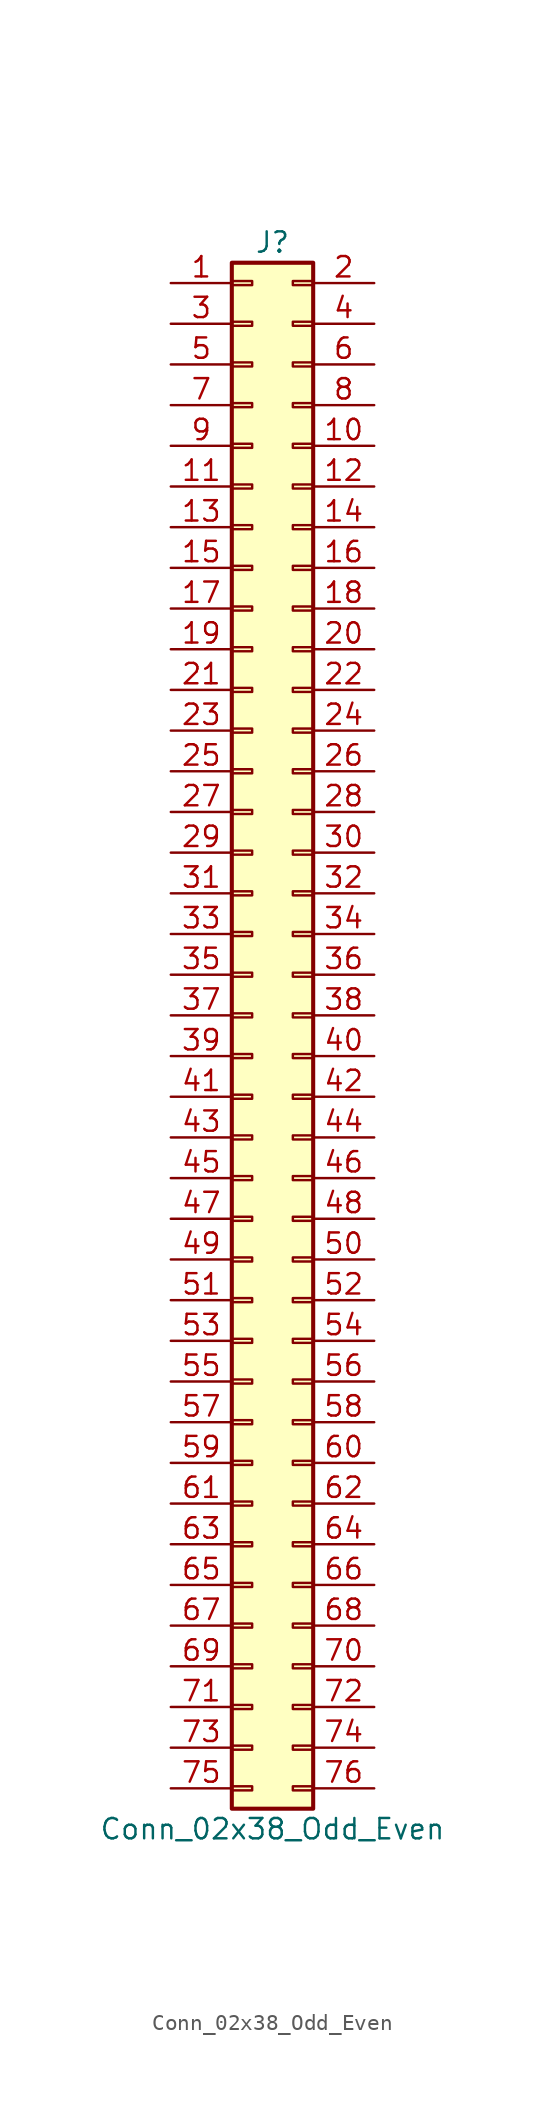
<source format=kicad_sym>
(kicad_symbol_lib
  (version 20201005)
  (generator kicad_symbol_editor)
  (symbol "Connector_Generic:Conn_02x38_Odd_Even"
    (pin_names
      (offset 1.016) hide)
    (property "Reference" "J"
      (at 1.27 48.26 0)
      (effects (font (size 1.27 1.27))))
    (property "Value" "Conn_02x38_Odd_Even"
      (at 1.27 -50.8 0)
      (effects (font (size 1.27 1.27))))
    (symbol "Conn_02x38_Odd_Even_1_1"
      (rectangle (start -1.27 -27.813) (end 0 -28.067) (stroke (width 0.152)) (fill (type none)))
      (rectangle (start -1.27 -30.353) (end 0 -30.607) (stroke (width 0.152)) (fill (type none)))
      (rectangle (start -1.27 -32.893) (end 0 -33.147) (stroke (width 0.152)) (fill (type none)))
      (rectangle (start -1.27 -35.433) (end 0 -35.687) (stroke (width 0.152)) (fill (type none)))
      (rectangle (start -1.27 -37.973) (end 0 -38.227) (stroke (width 0.152)) (fill (type none)))
      (rectangle (start -1.27 -40.513) (end 0 -40.767) (stroke (width 0.152)) (fill (type none)))
      (rectangle (start -1.27 -43.053) (end 0 -43.307) (stroke (width 0.152)) (fill (type none)))
      (rectangle (start -1.27 -45.593) (end 0 -45.847) (stroke (width 0.152)) (fill (type none)))
      (rectangle (start -1.27 -48.133) (end 0 -48.387) (stroke (width 0.152)) (fill (type none)))
      (rectangle (start -1.27 -4.953) (end 0 -5.207) (stroke (width 0.152)) (fill (type none)))
      (rectangle (start -1.27 -7.493) (end 0 -7.747) (stroke (width 0.152)) (fill (type none)))
      (rectangle (start -1.27 -10.033) (end 0 -10.287) (stroke (width 0.152)) (fill (type none)))
      (rectangle (start -1.27 -12.573) (end 0 -12.827) (stroke (width 0.152)) (fill (type none)))
      (rectangle (start -1.27 -15.113) (end 0 -15.367) (stroke (width 0.152)) (fill (type none)))
      (rectangle (start -1.27 -17.653) (end 0 -17.907) (stroke (width 0.152)) (fill (type none)))
      (rectangle (start -1.27 -20.193) (end 0 -20.447) (stroke (width 0.152)) (fill (type none)))
      (rectangle (start -1.27 -22.733) (end 0 -22.987) (stroke (width 0.152)) (fill (type none)))
      (rectangle (start -1.27 -2.413) (end 0 -2.667) (stroke (width 0.152)) (fill (type none)))
      (rectangle (start -1.27 -25.273) (end 0 -25.527) (stroke (width 0.152)) (fill (type none)))
      (rectangle (start -1.27 25.527) (end 0 25.273) (stroke (width 0.152)) (fill (type none)))
      (rectangle (start -1.27 2.667) (end 0 2.413) (stroke (width 0.152)) (fill (type none)))
      (rectangle (start -1.27 28.067) (end 0 27.813) (stroke (width 0.152)) (fill (type none)))
      (rectangle (start -1.27 30.607) (end 0 30.353) (stroke (width 0.152)) (fill (type none)))
      (rectangle (start -1.27 33.147) (end 0 32.893) (stroke (width 0.152)) (fill (type none)))
      (rectangle (start -1.27 35.687) (end 0 35.433) (stroke (width 0.152)) (fill (type none)))
      (rectangle (start -1.27 38.227) (end 0 37.973) (stroke (width 0.152)) (fill (type none)))
      (rectangle (start -1.27 40.767) (end 0 40.513) (stroke (width 0.152)) (fill (type none)))
      (rectangle (start -1.27 43.307) (end 0 43.053) (stroke (width 0.152)) (fill (type none)))
      (rectangle (start -1.27 45.847) (end 0 45.593) (stroke (width 0.152)) (fill (type none)))
      (rectangle (start -1.27 46.99) (end 3.81 -49.53) (stroke (width 0.254)) (fill (type background)))
      (rectangle (start -1.27 5.207) (end 0 4.953) (stroke (width 0.152)) (fill (type none)))
      (rectangle (start -1.27 7.747) (end 0 7.493) (stroke (width 0.152)) (fill (type none)))
      (rectangle (start -1.27 10.287) (end 0 10.033) (stroke (width 0.152)) (fill (type none)))
      (rectangle (start -1.27 0.127) (end 0 -0.127) (stroke (width 0.152)) (fill (type none)))
      (rectangle (start -1.27 12.827) (end 0 12.573) (stroke (width 0.152)) (fill (type none)))
      (rectangle (start -1.27 15.367) (end 0 15.113) (stroke (width 0.152)) (fill (type none)))
      (rectangle (start -1.27 17.907) (end 0 17.653) (stroke (width 0.152)) (fill (type none)))
      (rectangle (start -1.27 20.447) (end 0 20.193) (stroke (width 0.152)) (fill (type none)))
      (rectangle (start -1.27 22.987) (end 0 22.733) (stroke (width 0.152)) (fill (type none)))
      (rectangle (start 3.81 -27.813) (end 2.54 -28.067) (stroke (width 0.152)) (fill (type none)))
      (rectangle (start 3.81 -30.353) (end 2.54 -30.607) (stroke (width 0.152)) (fill (type none)))
      (rectangle (start 3.81 -32.893) (end 2.54 -33.147) (stroke (width 0.152)) (fill (type none)))
      (rectangle (start 3.81 -35.433) (end 2.54 -35.687) (stroke (width 0.152)) (fill (type none)))
      (rectangle (start 3.81 -37.973) (end 2.54 -38.227) (stroke (width 0.152)) (fill (type none)))
      (rectangle (start 3.81 -40.513) (end 2.54 -40.767) (stroke (width 0.152)) (fill (type none)))
      (rectangle (start 3.81 -43.053) (end 2.54 -43.307) (stroke (width 0.152)) (fill (type none)))
      (rectangle (start 3.81 -45.593) (end 2.54 -45.847) (stroke (width 0.152)) (fill (type none)))
      (rectangle (start 3.81 -48.133) (end 2.54 -48.387) (stroke (width 0.152)) (fill (type none)))
      (rectangle (start 3.81 -4.953) (end 2.54 -5.207) (stroke (width 0.152)) (fill (type none)))
      (rectangle (start 3.81 -7.493) (end 2.54 -7.747) (stroke (width 0.152)) (fill (type none)))
      (rectangle (start 3.81 -10.033) (end 2.54 -10.287) (stroke (width 0.152)) (fill (type none)))
      (rectangle (start 3.81 -12.573) (end 2.54 -12.827) (stroke (width 0.152)) (fill (type none)))
      (rectangle (start 3.81 -15.113) (end 2.54 -15.367) (stroke (width 0.152)) (fill (type none)))
      (rectangle (start 3.81 -17.653) (end 2.54 -17.907) (stroke (width 0.152)) (fill (type none)))
      (rectangle (start 3.81 -20.193) (end 2.54 -20.447) (stroke (width 0.152)) (fill (type none)))
      (rectangle (start 3.81 -22.733) (end 2.54 -22.987) (stroke (width 0.152)) (fill (type none)))
      (rectangle (start 3.81 -2.413) (end 2.54 -2.667) (stroke (width 0.152)) (fill (type none)))
      (rectangle (start 3.81 -25.273) (end 2.54 -25.527) (stroke (width 0.152)) (fill (type none)))
      (rectangle (start 3.81 25.527) (end 2.54 25.273) (stroke (width 0.152)) (fill (type none)))
      (rectangle (start 3.81 2.667) (end 2.54 2.413) (stroke (width 0.152)) (fill (type none)))
      (rectangle (start 3.81 28.067) (end 2.54 27.813) (stroke (width 0.152)) (fill (type none)))
      (rectangle (start 3.81 30.607) (end 2.54 30.353) (stroke (width 0.152)) (fill (type none)))
      (rectangle (start 3.81 33.147) (end 2.54 32.893) (stroke (width 0.152)) (fill (type none)))
      (rectangle (start 3.81 35.687) (end 2.54 35.433) (stroke (width 0.152)) (fill (type none)))
      (rectangle (start 3.81 38.227) (end 2.54 37.973) (stroke (width 0.152)) (fill (type none)))
      (rectangle (start 3.81 40.767) (end 2.54 40.513) (stroke (width 0.152)) (fill (type none)))
      (rectangle (start 3.81 43.307) (end 2.54 43.053) (stroke (width 0.152)) (fill (type none)))
      (rectangle (start 3.81 45.847) (end 2.54 45.593) (stroke (width 0.152)) (fill (type none)))
      (rectangle (start 3.81 5.207) (end 2.54 4.953) (stroke (width 0.152)) (fill (type none)))
      (rectangle (start 3.81 7.747) (end 2.54 7.493) (stroke (width 0.152)) (fill (type none)))
      (rectangle (start 3.81 10.287) (end 2.54 10.033) (stroke (width 0.152)) (fill (type none)))
      (rectangle (start 3.81 0.127) (end 2.54 -0.127) (stroke (width 0.152)) (fill (type none)))
      (rectangle (start 3.81 12.827) (end 2.54 12.573) (stroke (width 0.152)) (fill (type none)))
      (rectangle (start 3.81 15.367) (end 2.54 15.113) (stroke (width 0.152)) (fill (type none)))
      (rectangle (start 3.81 17.907) (end 2.54 17.653) (stroke (width 0.152)) (fill (type none)))
      (rectangle (start 3.81 20.447) (end 2.54 20.193) (stroke (width 0.152)) (fill (type none)))
      (rectangle (start 3.81 22.987) (end 2.54 22.733) (stroke (width 0.152)) (fill (type none)))
      (pin passive line (at -5.08 45.72 0) (length 3.81) (name "Pin_1" (effects (font (size 1.27 1.27)))) (number "1" (effects (font (size 1.27 1.27)))))
      (pin passive line (at 7.62 35.56 180) (length 3.81) (name "Pin_10" (effects (font (size 1.27 1.27)))) (number "10" (effects (font (size 1.27 1.27)))))
      (pin passive line (at -5.08 33.02 0) (length 3.81) (name "Pin_11" (effects (font (size 1.27 1.27)))) (number "11" (effects (font (size 1.27 1.27)))))
      (pin passive line (at 7.62 33.02 180) (length 3.81) (name "Pin_12" (effects (font (size 1.27 1.27)))) (number "12" (effects (font (size 1.27 1.27)))))
      (pin passive line (at -5.08 30.48 0) (length 3.81) (name "Pin_13" (effects (font (size 1.27 1.27)))) (number "13" (effects (font (size 1.27 1.27)))))
      (pin passive line (at 7.62 30.48 180) (length 3.81) (name "Pin_14" (effects (font (size 1.27 1.27)))) (number "14" (effects (font (size 1.27 1.27)))))
      (pin passive line (at -5.08 27.94 0) (length 3.81) (name "Pin_15" (effects (font (size 1.27 1.27)))) (number "15" (effects (font (size 1.27 1.27)))))
      (pin passive line (at 7.62 27.94 180) (length 3.81) (name "Pin_16" (effects (font (size 1.27 1.27)))) (number "16" (effects (font (size 1.27 1.27)))))
      (pin passive line (at -5.08 25.4 0) (length 3.81) (name "Pin_17" (effects (font (size 1.27 1.27)))) (number "17" (effects (font (size 1.27 1.27)))))
      (pin passive line (at 7.62 25.4 180) (length 3.81) (name "Pin_18" (effects (font (size 1.27 1.27)))) (number "18" (effects (font (size 1.27 1.27)))))
      (pin passive line (at -5.08 22.86 0) (length 3.81) (name "Pin_19" (effects (font (size 1.27 1.27)))) (number "19" (effects (font (size 1.27 1.27)))))
      (pin passive line (at 7.62 45.72 180) (length 3.81) (name "Pin_2" (effects (font (size 1.27 1.27)))) (number "2" (effects (font (size 1.27 1.27)))))
      (pin passive line (at 7.62 22.86 180) (length 3.81) (name "Pin_20" (effects (font (size 1.27 1.27)))) (number "20" (effects (font (size 1.27 1.27)))))
      (pin passive line (at -5.08 20.32 0) (length 3.81) (name "Pin_21" (effects (font (size 1.27 1.27)))) (number "21" (effects (font (size 1.27 1.27)))))
      (pin passive line (at 7.62 20.32 180) (length 3.81) (name "Pin_22" (effects (font (size 1.27 1.27)))) (number "22" (effects (font (size 1.27 1.27)))))
      (pin passive line (at -5.08 17.78 0) (length 3.81) (name "Pin_23" (effects (font (size 1.27 1.27)))) (number "23" (effects (font (size 1.27 1.27)))))
      (pin passive line (at 7.62 17.78 180) (length 3.81) (name "Pin_24" (effects (font (size 1.27 1.27)))) (number "24" (effects (font (size 1.27 1.27)))))
      (pin passive line (at -5.08 15.24 0) (length 3.81) (name "Pin_25" (effects (font (size 1.27 1.27)))) (number "25" (effects (font (size 1.27 1.27)))))
      (pin passive line (at 7.62 15.24 180) (length 3.81) (name "Pin_26" (effects (font (size 1.27 1.27)))) (number "26" (effects (font (size 1.27 1.27)))))
      (pin passive line (at -5.08 12.7 0) (length 3.81) (name "Pin_27" (effects (font (size 1.27 1.27)))) (number "27" (effects (font (size 1.27 1.27)))))
      (pin passive line (at 7.62 12.7 180) (length 3.81) (name "Pin_28" (effects (font (size 1.27 1.27)))) (number "28" (effects (font (size 1.27 1.27)))))
      (pin passive line (at -5.08 10.16 0) (length 3.81) (name "Pin_29" (effects (font (size 1.27 1.27)))) (number "29" (effects (font (size 1.27 1.27)))))
      (pin passive line (at -5.08 43.18 0) (length 3.81) (name "Pin_3" (effects (font (size 1.27 1.27)))) (number "3" (effects (font (size 1.27 1.27)))))
      (pin passive line (at 7.62 10.16 180) (length 3.81) (name "Pin_30" (effects (font (size 1.27 1.27)))) (number "30" (effects (font (size 1.27 1.27)))))
      (pin passive line (at -5.08 7.62 0) (length 3.81) (name "Pin_31" (effects (font (size 1.27 1.27)))) (number "31" (effects (font (size 1.27 1.27)))))
      (pin passive line (at 7.62 7.62 180) (length 3.81) (name "Pin_32" (effects (font (size 1.27 1.27)))) (number "32" (effects (font (size 1.27 1.27)))))
      (pin passive line (at -5.08 5.08 0) (length 3.81) (name "Pin_33" (effects (font (size 1.27 1.27)))) (number "33" (effects (font (size 1.27 1.27)))))
      (pin passive line (at 7.62 5.08 180) (length 3.81) (name "Pin_34" (effects (font (size 1.27 1.27)))) (number "34" (effects (font (size 1.27 1.27)))))
      (pin passive line (at -5.08 2.54 0) (length 3.81) (name "Pin_35" (effects (font (size 1.27 1.27)))) (number "35" (effects (font (size 1.27 1.27)))))
      (pin passive line (at 7.62 2.54 180) (length 3.81) (name "Pin_36" (effects (font (size 1.27 1.27)))) (number "36" (effects (font (size 1.27 1.27)))))
      (pin passive line (at -5.08 0 0) (length 3.81) (name "Pin_37" (effects (font (size 1.27 1.27)))) (number "37" (effects (font (size 1.27 1.27)))))
      (pin passive line (at 7.62 0 180) (length 3.81) (name "Pin_38" (effects (font (size 1.27 1.27)))) (number "38" (effects (font (size 1.27 1.27)))))
      (pin passive line (at -5.08 -2.54 0) (length 3.81) (name "Pin_39" (effects (font (size 1.27 1.27)))) (number "39" (effects (font (size 1.27 1.27)))))
      (pin passive line (at 7.62 43.18 180) (length 3.81) (name "Pin_4" (effects (font (size 1.27 1.27)))) (number "4" (effects (font (size 1.27 1.27)))))
      (pin passive line (at 7.62 -2.54 180) (length 3.81) (name "Pin_40" (effects (font (size 1.27 1.27)))) (number "40" (effects (font (size 1.27 1.27)))))
      (pin passive line (at -5.08 -5.08 0) (length 3.81) (name "Pin_41" (effects (font (size 1.27 1.27)))) (number "41" (effects (font (size 1.27 1.27)))))
      (pin passive line (at 7.62 -5.08 180) (length 3.81) (name "Pin_42" (effects (font (size 1.27 1.27)))) (number "42" (effects (font (size 1.27 1.27)))))
      (pin passive line (at -5.08 -7.62 0) (length 3.81) (name "Pin_43" (effects (font (size 1.27 1.27)))) (number "43" (effects (font (size 1.27 1.27)))))
      (pin passive line (at 7.62 -7.62 180) (length 3.81) (name "Pin_44" (effects (font (size 1.27 1.27)))) (number "44" (effects (font (size 1.27 1.27)))))
      (pin passive line (at -5.08 -10.16 0) (length 3.81) (name "Pin_45" (effects (font (size 1.27 1.27)))) (number "45" (effects (font (size 1.27 1.27)))))
      (pin passive line (at 7.62 -10.16 180) (length 3.81) (name "Pin_46" (effects (font (size 1.27 1.27)))) (number "46" (effects (font (size 1.27 1.27)))))
      (pin passive line (at -5.08 -12.7 0) (length 3.81) (name "Pin_47" (effects (font (size 1.27 1.27)))) (number "47" (effects (font (size 1.27 1.27)))))
      (pin passive line (at 7.62 -12.7 180) (length 3.81) (name "Pin_48" (effects (font (size 1.27 1.27)))) (number "48" (effects (font (size 1.27 1.27)))))
      (pin passive line (at -5.08 -15.24 0) (length 3.81) (name "Pin_49" (effects (font (size 1.27 1.27)))) (number "49" (effects (font (size 1.27 1.27)))))
      (pin passive line (at -5.08 40.64 0) (length 3.81) (name "Pin_5" (effects (font (size 1.27 1.27)))) (number "5" (effects (font (size 1.27 1.27)))))
      (pin passive line (at 7.62 -15.24 180) (length 3.81) (name "Pin_50" (effects (font (size 1.27 1.27)))) (number "50" (effects (font (size 1.27 1.27)))))
      (pin passive line (at -5.08 -17.78 0) (length 3.81) (name "Pin_51" (effects (font (size 1.27 1.27)))) (number "51" (effects (font (size 1.27 1.27)))))
      (pin passive line (at 7.62 -17.78 180) (length 3.81) (name "Pin_52" (effects (font (size 1.27 1.27)))) (number "52" (effects (font (size 1.27 1.27)))))
      (pin passive line (at -5.08 -20.32 0) (length 3.81) (name "Pin_53" (effects (font (size 1.27 1.27)))) (number "53" (effects (font (size 1.27 1.27)))))
      (pin passive line (at 7.62 -20.32 180) (length 3.81) (name "Pin_54" (effects (font (size 1.27 1.27)))) (number "54" (effects (font (size 1.27 1.27)))))
      (pin passive line (at -5.08 -22.86 0) (length 3.81) (name "Pin_55" (effects (font (size 1.27 1.27)))) (number "55" (effects (font (size 1.27 1.27)))))
      (pin passive line (at 7.62 -22.86 180) (length 3.81) (name "Pin_56" (effects (font (size 1.27 1.27)))) (number "56" (effects (font (size 1.27 1.27)))))
      (pin passive line (at -5.08 -25.4 0) (length 3.81) (name "Pin_57" (effects (font (size 1.27 1.27)))) (number "57" (effects (font (size 1.27 1.27)))))
      (pin passive line (at 7.62 -25.4 180) (length 3.81) (name "Pin_58" (effects (font (size 1.27 1.27)))) (number "58" (effects (font (size 1.27 1.27)))))
      (pin passive line (at -5.08 -27.94 0) (length 3.81) (name "Pin_59" (effects (font (size 1.27 1.27)))) (number "59" (effects (font (size 1.27 1.27)))))
      (pin passive line (at 7.62 40.64 180) (length 3.81) (name "Pin_6" (effects (font (size 1.27 1.27)))) (number "6" (effects (font (size 1.27 1.27)))))
      (pin passive line (at 7.62 -27.94 180) (length 3.81) (name "Pin_60" (effects (font (size 1.27 1.27)))) (number "60" (effects (font (size 1.27 1.27)))))
      (pin passive line (at -5.08 -30.48 0) (length 3.81) (name "Pin_61" (effects (font (size 1.27 1.27)))) (number "61" (effects (font (size 1.27 1.27)))))
      (pin passive line (at 7.62 -30.48 180) (length 3.81) (name "Pin_62" (effects (font (size 1.27 1.27)))) (number "62" (effects (font (size 1.27 1.27)))))
      (pin passive line (at -5.08 -33.02 0) (length 3.81) (name "Pin_63" (effects (font (size 1.27 1.27)))) (number "63" (effects (font (size 1.27 1.27)))))
      (pin passive line (at 7.62 -33.02 180) (length 3.81) (name "Pin_64" (effects (font (size 1.27 1.27)))) (number "64" (effects (font (size 1.27 1.27)))))
      (pin passive line (at -5.08 -35.56 0) (length 3.81) (name "Pin_65" (effects (font (size 1.27 1.27)))) (number "65" (effects (font (size 1.27 1.27)))))
      (pin passive line (at 7.62 -35.56 180) (length 3.81) (name "Pin_66" (effects (font (size 1.27 1.27)))) (number "66" (effects (font (size 1.27 1.27)))))
      (pin passive line (at -5.08 -38.1 0) (length 3.81) (name "Pin_67" (effects (font (size 1.27 1.27)))) (number "67" (effects (font (size 1.27 1.27)))))
      (pin passive line (at 7.62 -38.1 180) (length 3.81) (name "Pin_68" (effects (font (size 1.27 1.27)))) (number "68" (effects (font (size 1.27 1.27)))))
      (pin passive line (at -5.08 -40.64 0) (length 3.81) (name "Pin_69" (effects (font (size 1.27 1.27)))) (number "69" (effects (font (size 1.27 1.27)))))
      (pin passive line (at -5.08 38.1 0) (length 3.81) (name "Pin_7" (effects (font (size 1.27 1.27)))) (number "7" (effects (font (size 1.27 1.27)))))
      (pin passive line (at 7.62 -40.64 180) (length 3.81) (name "Pin_70" (effects (font (size 1.27 1.27)))) (number "70" (effects (font (size 1.27 1.27)))))
      (pin passive line (at -5.08 -43.18 0) (length 3.81) (name "Pin_71" (effects (font (size 1.27 1.27)))) (number "71" (effects (font (size 1.27 1.27)))))
      (pin passive line (at 7.62 -43.18 180) (length 3.81) (name "Pin_72" (effects (font (size 1.27 1.27)))) (number "72" (effects (font (size 1.27 1.27)))))
      (pin passive line (at -5.08 -45.72 0) (length 3.81) (name "Pin_73" (effects (font (size 1.27 1.27)))) (number "73" (effects (font (size 1.27 1.27)))))
      (pin passive line (at 7.62 -45.72 180) (length 3.81) (name "Pin_74" (effects (font (size 1.27 1.27)))) (number "74" (effects (font (size 1.27 1.27)))))
      (pin passive line (at -5.08 -48.26 0) (length 3.81) (name "Pin_75" (effects (font (size 1.27 1.27)))) (number "75" (effects (font (size 1.27 1.27)))))
      (pin passive line (at 7.62 -48.26 180) (length 3.81) (name "Pin_76" (effects (font (size 1.27 1.27)))) (number "76" (effects (font (size 1.27 1.27)))))
      (pin passive line (at 7.62 38.1 180) (length 3.81) (name "Pin_8" (effects (font (size 1.27 1.27)))) (number "8" (effects (font (size 1.27 1.27)))))
      (pin passive line (at -5.08 35.56 0) (length 3.81) (name "Pin_9" (effects (font (size 1.27 1.27)))) (number "9" (effects (font (size 1.27 1.27))))))))
</source>
